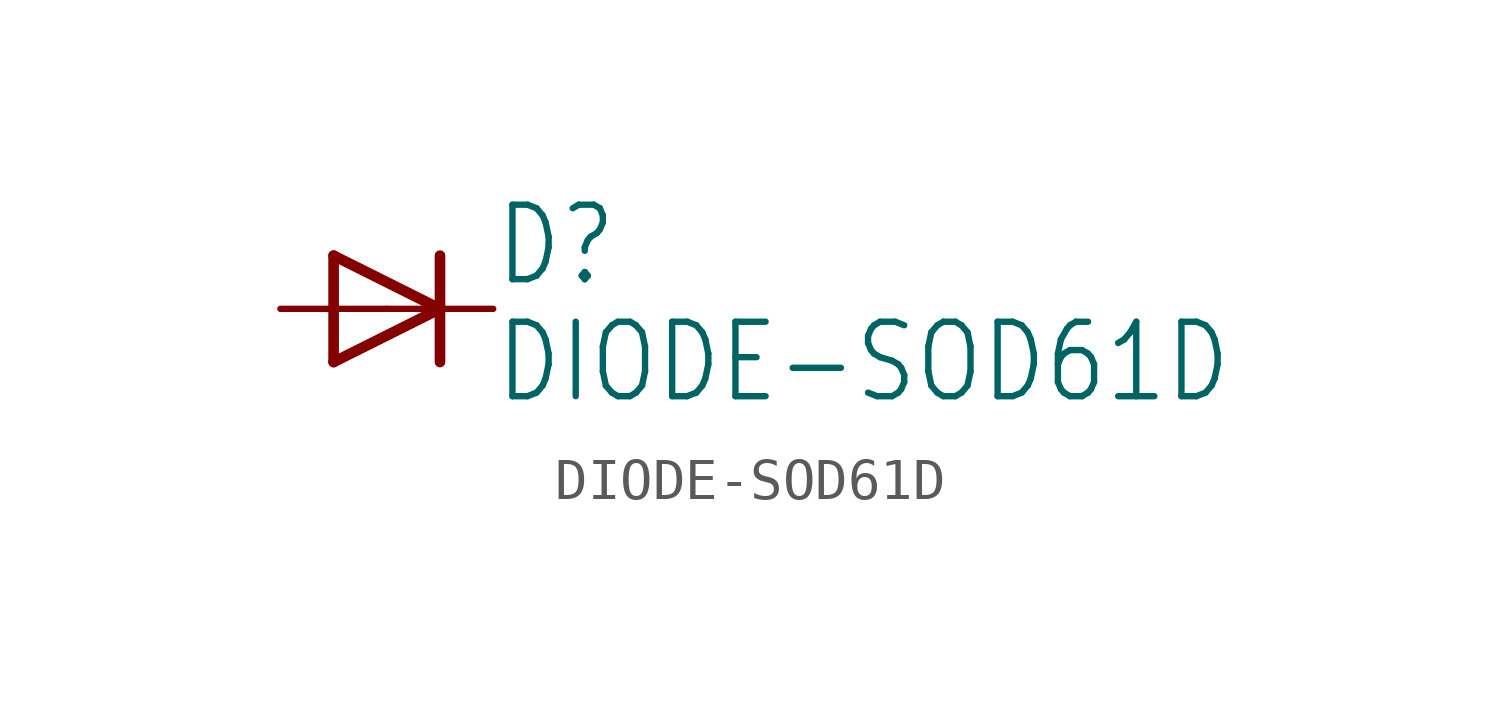
<source format=kicad_sym>
(kicad_symbol_lib
  (version 20211014)
  (generator kicad_symbol_editor)
  (symbol "DIODE-SOD61D"
    (property "Reference" "D"
      (at 2.54 0.483 0)
      (effects (font (size 1.778 1.511)) (justify left bottom)))
    (property "Value" "DIODE-SOD61D"
      (at 2.54 -2.311 0)
      (effects (font (size 1.778 1.511)) (justify left bottom)))
    (property "ki_locked" ""
      (at 0 0 0)
      (effects (font (size 1.27 1.27))))
    (symbol "DIODE-SOD61D_1_0"
      (polyline (pts (xy -1.27 -1.27) (xy 1.27 0)) (stroke (width 0.254) (type default) (color 0 0 0 0)) (fill (type none)))
      (polyline (pts (xy -1.27 1.27) (xy -1.27 -1.27)) (stroke (width 0.254) (type default) (color 0 0 0 0)) (fill (type none)))
      (polyline (pts (xy 1.27 0) (xy -1.27 1.27)) (stroke (width 0.254) (type default) (color 0 0 0 0)) (fill (type none)))
      (polyline (pts (xy 1.27 0) (xy 1.27 -1.27)) (stroke (width 0.254) (type default) (color 0 0 0 0)) (fill (type none)))
      (polyline (pts (xy 1.27 1.27) (xy 1.27 0)) (stroke (width 0.254) (type default) (color 0 0 0 0)) (fill (type none)))
      (pin passive line (at -2.54 0 0) (length 2.54) (name "A" (effects (font (size 0 0)))) (number "A" (effects (font (size 0 0)))))
      (pin passive line (at 2.54 0 180) (length 2.54) (name "C" (effects (font (size 0 0)))) (number "C" (effects (font (size 0 0))))))))
</source>
